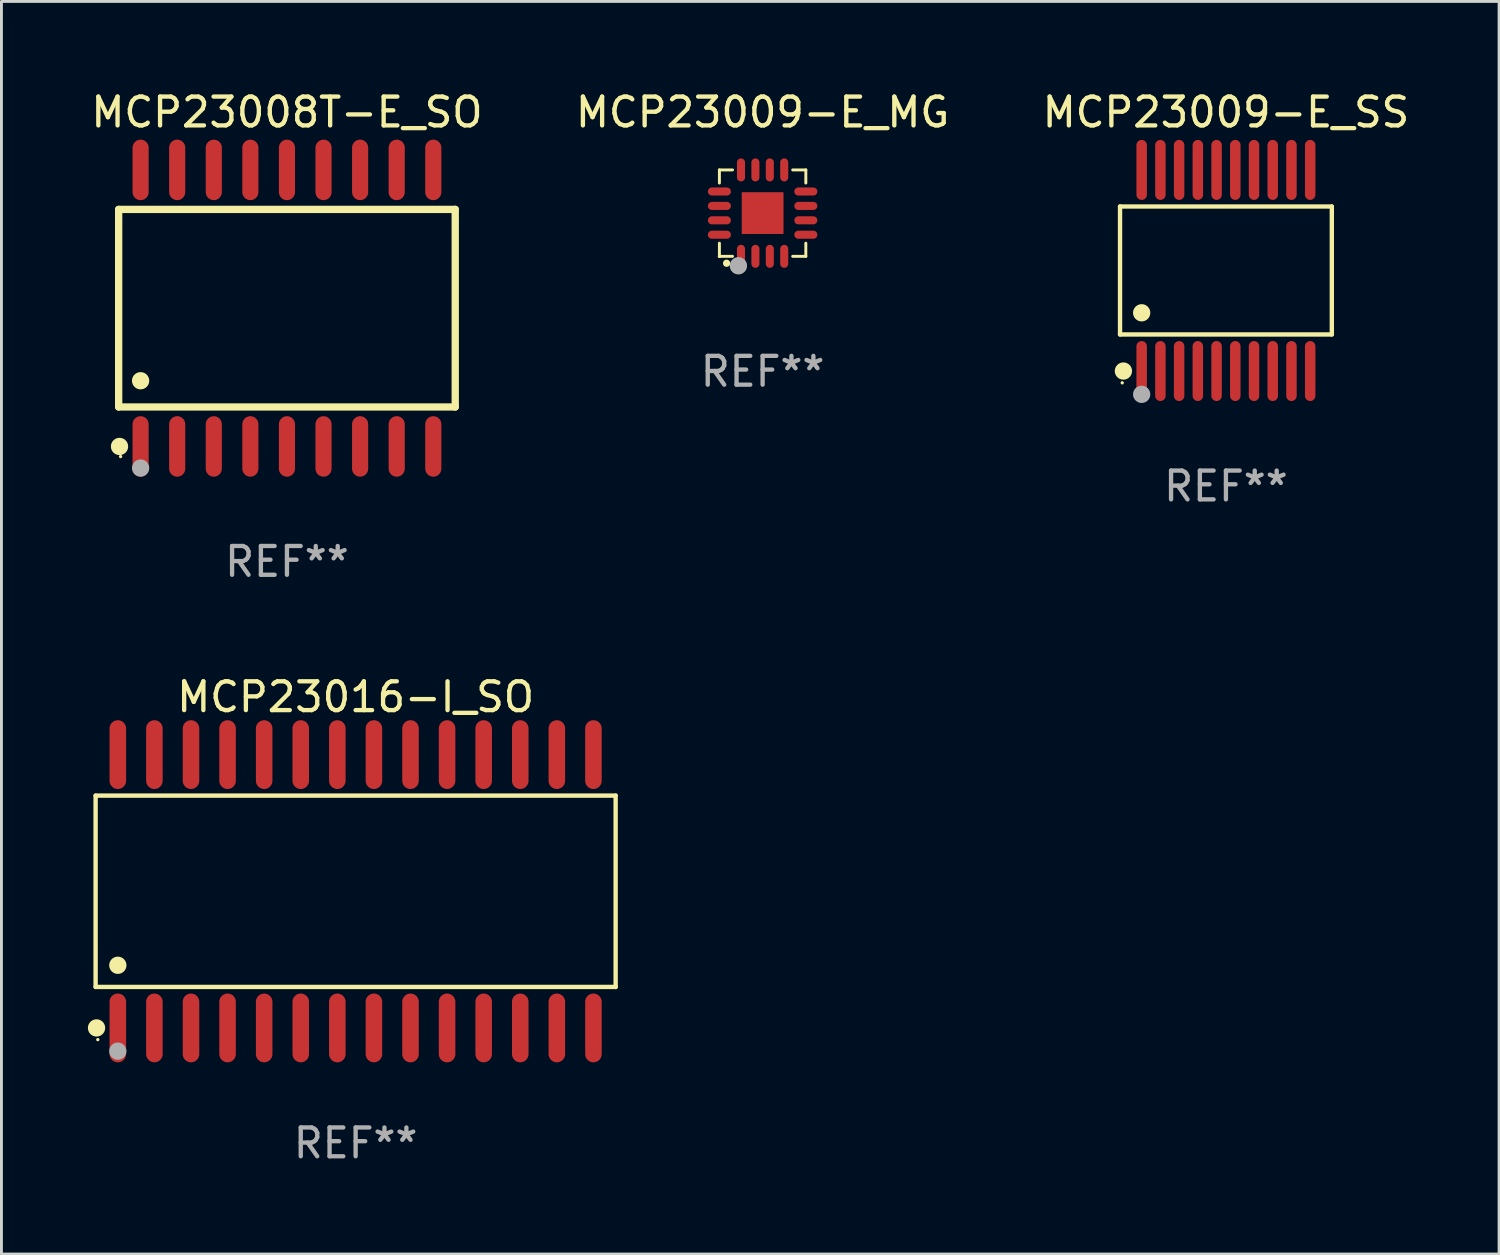
<source format=kicad_pcb>
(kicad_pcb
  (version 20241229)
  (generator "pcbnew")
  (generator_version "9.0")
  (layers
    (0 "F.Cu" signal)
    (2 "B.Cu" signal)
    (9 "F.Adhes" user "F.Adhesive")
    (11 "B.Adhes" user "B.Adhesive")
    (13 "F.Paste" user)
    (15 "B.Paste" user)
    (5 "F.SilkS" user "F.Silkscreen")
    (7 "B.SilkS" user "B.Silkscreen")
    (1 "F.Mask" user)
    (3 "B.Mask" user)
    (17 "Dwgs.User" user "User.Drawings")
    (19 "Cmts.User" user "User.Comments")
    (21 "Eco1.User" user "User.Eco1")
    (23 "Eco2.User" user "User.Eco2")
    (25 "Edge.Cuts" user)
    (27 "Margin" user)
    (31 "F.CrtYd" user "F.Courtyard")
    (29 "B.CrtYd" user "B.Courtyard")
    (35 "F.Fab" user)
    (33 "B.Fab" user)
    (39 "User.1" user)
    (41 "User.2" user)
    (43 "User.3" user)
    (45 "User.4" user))
  (footprint "MCP23009-E_MG"
    (layer "F.Cu")
    (at 23.423 4.348)
    (property "Reference" "MCP23009-E_MG" (at 0 -3.5 0) (layer "F.SilkS") (effects (font (size 1 1) (thickness 0.15))))
    (attr through_hole)
    (fp_line (start -1.5 -1.5) (end -1.5 -1.044) (stroke (width 0.102) (type solid)) (layer "F.SilkS"))
    (fp_line (start -1.5 -1.5) (end -1.044 -1.5) (stroke (width 0.102) (type solid)) (layer "F.SilkS"))
    (fp_line (start -1.5 1.044) (end -1.5 1.5) (stroke (width 0.102) (type solid)) (layer "F.SilkS"))
    (fp_line (start -1.5 1.5) (end -1.044 1.5) (stroke (width 0.102) (type solid)) (layer "F.SilkS"))
    (fp_line (start 1.044 -1.5) (end 1.5 -1.5) (stroke (width 0.102) (type solid)) (layer "F.SilkS"))
    (fp_line (start 1.044 1.5) (end 1.5 1.5) (stroke (width 0.102) (type solid)) (layer "F.SilkS"))
    (fp_line (start 1.5 -1.044) (end 1.5 -1.5) (stroke (width 0.102) (type solid)) (layer "F.SilkS"))
    (fp_line (start 1.5 1.5) (end 1.5 1.044) (stroke (width 0.102) (type solid)) (layer "F.SilkS"))
    (fp_arc (start -1.251283 1.73998) (mid -1.250013 1.739909) (end -1.248743 1.73998) (stroke (width 0.25) (type solid)) (layer "F.SilkS"))
    (fp_circle (center -1.5 1.5) (end -1.47 1.5) (stroke (width 0.06) (type solid)) (fill no) (layer "F.SilkS"))
    (fp_circle (center -0.841 1.828) (end -0.69 1.828) (stroke (width 0.3) (type solid)) (fill no) (layer "F.Fab"))
    (fp_text user "REF**" (at 0 5.5 0) (layer "F.Fab") (effects (font (size 1 1) (thickness 0.15))))
    (pad "1" smd oval (at -0.75 1.5 90) (size 0.8 0.28) (layers "F.Cu" "F.Mask" "F.Paste"))
    (pad "2" smd oval (at -0.25 1.5 90) (size 0.8 0.28) (layers "F.Cu" "F.Mask" "F.Paste"))
    (pad "3" smd oval (at 0.25 1.5 90) (size 0.8 0.28) (layers "F.Cu" "F.Mask" "F.Paste"))
    (pad "4" smd oval (at 0.75 1.5 90) (size 0.8 0.28) (layers "F.Cu" "F.Mask" "F.Paste"))
    (pad "5" smd oval (at 1.5 0.75 90) (size 0.28 0.8) (layers "F.Cu" "F.Mask" "F.Paste"))
    (pad "6" smd oval (at 1.5 0.25 90) (size 0.28 0.8) (layers "F.Cu" "F.Mask" "F.Paste"))
    (pad "7" smd oval (at 1.5 -0.25 90) (size 0.28 0.8) (layers "F.Cu" "F.Mask" "F.Paste"))
    (pad "8" smd oval (at 1.5 -0.75 90) (size 0.28 0.8) (layers "F.Cu" "F.Mask" "F.Paste"))
    (pad "9" smd oval (at 0.75 -1.5 90) (size 0.8 0.28) (layers "F.Cu" "F.Mask" "F.Paste"))
    (pad "10" smd oval (at 0.25 -1.5 90) (size 0.8 0.28) (layers "F.Cu" "F.Mask" "F.Paste"))
    (pad "11" smd oval (at -0.25 -1.5 90) (size 0.8 0.28) (layers "F.Cu" "F.Mask" "F.Paste"))
    (pad "12" smd oval (at -0.75 -1.5 90) (size 0.8 0.28) (layers "F.Cu" "F.Mask" "F.Paste"))
    (pad "13" smd oval (at -1.5 -0.75 90) (size 0.28 0.8) (layers "F.Cu" "F.Mask" "F.Paste"))
    (pad "14" smd oval (at -1.5 -0.25 90) (size 0.28 0.8) (layers "F.Cu" "F.Mask" "F.Paste"))
    (pad "15" smd oval (at -1.5 0.25 90) (size 0.28 0.8) (layers "F.Cu" "F.Mask" "F.Paste"))
    (pad "16" smd oval (at -1.5 0.75 90) (size 0.28 0.8) (layers "F.Cu" "F.Mask" "F.Paste"))
    (pad "17" smd rect (at 0.000152 -0.000051 90) (size 1.45 1.45) (layers "F.Cu" "F.Mask" "F.Paste")))
  (footprint "MCP23016-I_SO"
    (layer "F.Cu")
    (at 9.295 27.889)
    (property "Reference" "MCP23016-I_SO" (at 0 -6.744 0) (layer "F.SilkS") (effects (font (size 1 1) (thickness 0.15))))
    (attr through_hole)
    (fp_line (start -9.026 -3.321) (end 9.026 -3.321) (stroke (width 0.152) (type solid)) (layer "F.SilkS"))
    (fp_line (start -9.026 3.321) (end -9.026 -3.321) (stroke (width 0.152) (type solid)) (layer "F.SilkS"))
    (fp_line (start 9.026 -3.321) (end 9.026 3.321) (stroke (width 0.152) (type solid)) (layer "F.SilkS"))
    (fp_line (start 9.026 3.321) (end -9.026 3.321) (stroke (width 0.152) (type solid)) (layer "F.SilkS"))
    (fp_circle (center -8.994 4.744) (end -8.844 4.744) (stroke (width 0.3) (type solid)) (fill no) (layer "F.SilkS"))
    (fp_circle (center -8.95 5.15) (end -8.92 5.15) (stroke (width 0.06) (type solid)) (fill no) (layer "F.SilkS"))
    (fp_circle (center -8.255 2.569) (end -8.105 2.569) (stroke (width 0.3) (type solid)) (fill no) (layer "F.SilkS"))
    (fp_circle (center -8.255 5.55) (end -8.105 5.55) (stroke (width 0.3) (type solid)) (fill no) (layer "F.Fab"))
    (fp_text user "REF**" (at 0 8.744 0) (layer "F.Fab") (effects (font (size 1 1) (thickness 0.15))))
    (pad "1" smd oval (at -8.255 4.744) (size 0.574 2.388) (layers "F.Cu" "F.Mask" "F.Paste"))
    (pad "2" smd oval (at -6.985 4.744) (size 0.574 2.388) (layers "F.Cu" "F.Mask" "F.Paste"))
    (pad "3" smd oval (at -5.715 4.744) (size 0.574 2.388) (layers "F.Cu" "F.Mask" "F.Paste"))
    (pad "4" smd oval (at -4.445 4.744) (size 0.574 2.388) (layers "F.Cu" "F.Mask" "F.Paste"))
    (pad "5" smd oval (at -3.175 4.744) (size 0.574 2.388) (layers "F.Cu" "F.Mask" "F.Paste"))
    (pad "6" smd oval (at -1.905 4.744) (size 0.574 2.388) (layers "F.Cu" "F.Mask" "F.Paste"))
    (pad "7" smd oval (at -0.635 4.744) (size 0.574 2.388) (layers "F.Cu" "F.Mask" "F.Paste"))
    (pad "8" smd oval (at 0.635 4.744) (size 0.574 2.388) (layers "F.Cu" "F.Mask" "F.Paste"))
    (pad "9" smd oval (at 1.905 4.744) (size 0.574 2.388) (layers "F.Cu" "F.Mask" "F.Paste"))
    (pad "10" smd oval (at 3.175 4.744) (size 0.574 2.388) (layers "F.Cu" "F.Mask" "F.Paste"))
    (pad "11" smd oval (at 4.445 4.744) (size 0.574 2.388) (layers "F.Cu" "F.Mask" "F.Paste"))
    (pad "12" smd oval (at 5.715 4.744) (size 0.574 2.388) (layers "F.Cu" "F.Mask" "F.Paste"))
    (pad "13" smd oval (at 6.985 4.744) (size 0.574 2.388) (layers "F.Cu" "F.Mask" "F.Paste"))
    (pad "14" smd oval (at 8.255 4.744) (size 0.574 2.388) (layers "F.Cu" "F.Mask" "F.Paste"))
    (pad "15" smd oval (at 8.255 -4.744) (size 0.574 2.388) (layers "F.Cu" "F.Mask" "F.Paste"))
    (pad "16" smd oval (at 6.985 -4.744) (size 0.574 2.388) (layers "F.Cu" "F.Mask" "F.Paste"))
    (pad "17" smd oval (at 5.715 -4.744) (size 0.574 2.388) (layers "F.Cu" "F.Mask" "F.Paste"))
    (pad "18" smd oval (at 4.445 -4.744) (size 0.574 2.388) (layers "F.Cu" "F.Mask" "F.Paste"))
    (pad "19" smd oval (at 3.175 -4.744) (size 0.574 2.388) (layers "F.Cu" "F.Mask" "F.Paste"))
    (pad "20" smd oval (at 1.905 -4.744) (size 0.574 2.388) (layers "F.Cu" "F.Mask" "F.Paste"))
    (pad "21" smd oval (at 0.635 -4.744) (size 0.574 2.388) (layers "F.Cu" "F.Mask" "F.Paste"))
    (pad "22" smd oval (at -0.635 -4.744) (size 0.574 2.388) (layers "F.Cu" "F.Mask" "F.Paste"))
    (pad "23" smd oval (at -1.905 -4.744) (size 0.574 2.388) (layers "F.Cu" "F.Mask" "F.Paste"))
    (pad "24" smd oval (at -3.175 -4.744) (size 0.574 2.388) (layers "F.Cu" "F.Mask" "F.Paste"))
    (pad "25" smd oval (at -4.445 -4.744) (size 0.574 2.388) (layers "F.Cu" "F.Mask" "F.Paste"))
    (pad "26" smd oval (at -5.715 -4.744) (size 0.574 2.388) (layers "F.Cu" "F.Mask" "F.Paste"))
    (pad "27" smd oval (at -6.985 -4.744) (size 0.574 2.388) (layers "F.Cu" "F.Mask" "F.Paste"))
    (pad "28" smd oval (at -8.255 -4.744) (size 0.574 2.388) (layers "F.Cu" "F.Mask" "F.Paste")))
  (footprint "MCP23009-E_SS"
    (layer "F.Cu")
    (at 39.506 6.339)
    (property "Reference" "MCP23009-E_SS" (at 0 -5.491 0) (layer "F.SilkS") (effects (font (size 1 1) (thickness 0.15))))
    (attr through_hole)
    (fp_line (start -3.676 -2.221) (end 3.676 -2.221) (stroke (width 0.152) (type solid)) (layer "F.SilkS"))
    (fp_line (start -3.676 2.221) (end -3.676 -2.221) (stroke (width 0.152) (type solid)) (layer "F.SilkS"))
    (fp_line (start 3.676 -2.221) (end 3.676 2.221) (stroke (width 0.152) (type solid)) (layer "F.SilkS"))
    (fp_line (start 3.676 2.221) (end -3.676 2.221) (stroke (width 0.152) (type solid)) (layer "F.SilkS"))
    (fp_circle (center -3.6 3.9) (end -3.57 3.9) (stroke (width 0.06) (type solid)) (fill no) (layer "F.SilkS"))
    (fp_circle (center -3.559 3.491) (end -3.409 3.491) (stroke (width 0.3) (type solid)) (fill no) (layer "F.SilkS"))
    (fp_circle (center -2.925 1.469) (end -2.775 1.469) (stroke (width 0.3) (type solid)) (fill no) (layer "F.SilkS"))
    (fp_circle (center -2.925 4.3) (end -2.775 4.3) (stroke (width 0.3) (type solid)) (fill no) (layer "F.Fab"))
    (fp_text user "REF**" (at 0 7.491 0) (layer "F.Fab") (effects (font (size 1 1) (thickness 0.15))))
    (pad "1" smd oval (at -2.925 3.491) (size 0.364 2.082) (layers "F.Cu" "F.Mask" "F.Paste"))
    (pad "2" smd oval (at -2.275 3.491) (size 0.364 2.082) (layers "F.Cu" "F.Mask" "F.Paste"))
    (pad "3" smd oval (at -1.625 3.491) (size 0.364 2.082) (layers "F.Cu" "F.Mask" "F.Paste"))
    (pad "4" smd oval (at -0.975 3.491) (size 0.364 2.082) (layers "F.Cu" "F.Mask" "F.Paste"))
    (pad "5" smd oval (at -0.325 3.491) (size 0.364 2.082) (layers "F.Cu" "F.Mask" "F.Paste"))
    (pad "6" smd oval (at 0.325 3.491) (size 0.364 2.082) (layers "F.Cu" "F.Mask" "F.Paste"))
    (pad "7" smd oval (at 0.975 3.491) (size 0.364 2.082) (layers "F.Cu" "F.Mask" "F.Paste"))
    (pad "8" smd oval (at 1.625 3.491) (size 0.364 2.082) (layers "F.Cu" "F.Mask" "F.Paste"))
    (pad "9" smd oval (at 2.275 3.491) (size 0.364 2.082) (layers "F.Cu" "F.Mask" "F.Paste"))
    (pad "10" smd oval (at 2.925 3.491) (size 0.364 2.082) (layers "F.Cu" "F.Mask" "F.Paste"))
    (pad "11" smd oval (at 2.925 -3.491) (size 0.364 2.082) (layers "F.Cu" "F.Mask" "F.Paste"))
    (pad "12" smd oval (at 2.275 -3.491) (size 0.364 2.082) (layers "F.Cu" "F.Mask" "F.Paste"))
    (pad "13" smd oval (at 1.625 -3.491) (size 0.364 2.082) (layers "F.Cu" "F.Mask" "F.Paste"))
    (pad "14" smd oval (at 0.975 -3.491) (size 0.364 2.082) (layers "F.Cu" "F.Mask" "F.Paste"))
    (pad "15" smd oval (at 0.325 -3.491) (size 0.364 2.082) (layers "F.Cu" "F.Mask" "F.Paste"))
    (pad "16" smd oval (at -0.325 -3.491) (size 0.364 2.082) (layers "F.Cu" "F.Mask" "F.Paste"))
    (pad "17" smd oval (at -0.975 -3.491) (size 0.364 2.082) (layers "F.Cu" "F.Mask" "F.Paste"))
    (pad "18" smd oval (at -1.625 -3.491) (size 0.364 2.082) (layers "F.Cu" "F.Mask" "F.Paste"))
    (pad "19" smd oval (at -2.275 -3.491) (size 0.364 2.082) (layers "F.Cu" "F.Mask" "F.Paste"))
    (pad "20" smd oval (at -2.925 -3.491) (size 0.364 2.082) (layers "F.Cu" "F.Mask" "F.Paste")))
  (footprint "MCP23008T-E_SO"
    (layer "F.Cu")
    (at 6.911 7.648)
    (property "Reference" "MCP23008T-E_SO" (at 0 -6.8 0) (layer "F.SilkS") (effects (font (size 1 1) (thickness 0.15))))
    (attr through_hole)
    (fp_line (start -5.842 -3.429) (end -5.842 3.429) (stroke (width 0.254) (type solid)) (layer "F.SilkS"))
    (fp_line (start -5.842 3.429) (end 5.842 3.429) (stroke (width 0.254) (type solid)) (layer "F.SilkS"))
    (fp_line (start 5.842 -3.429) (end -5.842 -3.429) (stroke (width 0.254) (type solid)) (layer "F.SilkS"))
    (fp_line (start 5.842 3.429) (end 5.842 -3.429) (stroke (width 0.254) (type solid)) (layer "F.SilkS"))
    (fp_circle (center -5.812 4.8) (end -5.662 4.8) (stroke (width 0.3) (type solid)) (fill no) (layer "F.SilkS"))
    (fp_circle (center -5.775 5.15) (end -5.745 5.15) (stroke (width 0.06) (type solid)) (fill no) (layer "F.SilkS"))
    (fp_circle (center -5.08 2.519) (end -4.93 2.519) (stroke (width 0.3) (type solid)) (fill no) (layer "F.SilkS"))
    (fp_circle (center -5.08 5.55) (end -4.93 5.55) (stroke (width 0.3) (type solid)) (fill no) (layer "F.Fab"))
    (fp_text user "REF**" (at 0 8.8 0) (layer "F.Fab") (effects (font (size 1 1) (thickness 0.15))))
    (pad "1" smd oval (at -5.08 4.8) (size 0.56 2.1) (layers "F.Cu" "F.Mask" "F.Paste"))
    (pad "2" smd oval (at -3.81 4.8) (size 0.56 2.1) (layers "F.Cu" "F.Mask" "F.Paste"))
    (pad "3" smd oval (at -2.54 4.8) (size 0.56 2.1) (layers "F.Cu" "F.Mask" "F.Paste"))
    (pad "4" smd oval (at -1.27 4.8) (size 0.56 2.1) (layers "F.Cu" "F.Mask" "F.Paste"))
    (pad "5" smd oval (at 0 4.8) (size 0.56 2.1) (layers "F.Cu" "F.Mask" "F.Paste"))
    (pad "6" smd oval (at 1.27 4.8) (size 0.56 2.1) (layers "F.Cu" "F.Mask" "F.Paste"))
    (pad "7" smd oval (at 2.54 4.8) (size 0.56 2.1) (layers "F.Cu" "F.Mask" "F.Paste"))
    (pad "8" smd oval (at 3.81 4.8) (size 0.56 2.1) (layers "F.Cu" "F.Mask" "F.Paste"))
    (pad "9" smd oval (at 5.08 4.8) (size 0.56 2.1) (layers "F.Cu" "F.Mask" "F.Paste"))
    (pad "10" smd oval (at 5.08 -4.8) (size 0.56 2.1) (layers "F.Cu" "F.Mask" "F.Paste"))
    (pad "11" smd oval (at 3.81 -4.8) (size 0.56 2.1) (layers "F.Cu" "F.Mask" "F.Paste"))
    (pad "12" smd oval (at 2.54 -4.8) (size 0.56 2.1) (layers "F.Cu" "F.Mask" "F.Paste"))
    (pad "13" smd oval (at 1.27 -4.8) (size 0.56 2.1) (layers "F.Cu" "F.Mask" "F.Paste"))
    (pad "14" smd oval (at 0 -4.8) (size 0.56 2.1) (layers "F.Cu" "F.Mask" "F.Paste"))
    (pad "15" smd oval (at -1.27 -4.8) (size 0.56 2.1) (layers "F.Cu" "F.Mask" "F.Paste"))
    (pad "16" smd oval (at -2.54 -4.8) (size 0.56 2.1) (layers "F.Cu" "F.Mask" "F.Paste"))
    (pad "17" smd oval (at -3.81 -4.8) (size 0.56 2.1) (layers "F.Cu" "F.Mask" "F.Paste"))
    (pad "18" smd oval (at -5.08 -4.8) (size 0.56 2.1) (layers "F.Cu" "F.Mask" "F.Paste")))
  (gr_rect
    (start -3 -3)
    (end 48.988 40.481)
    (stroke (width 0.1) (type default))
    (fill no)
    (layer "Edge.Cuts")))
</source>
